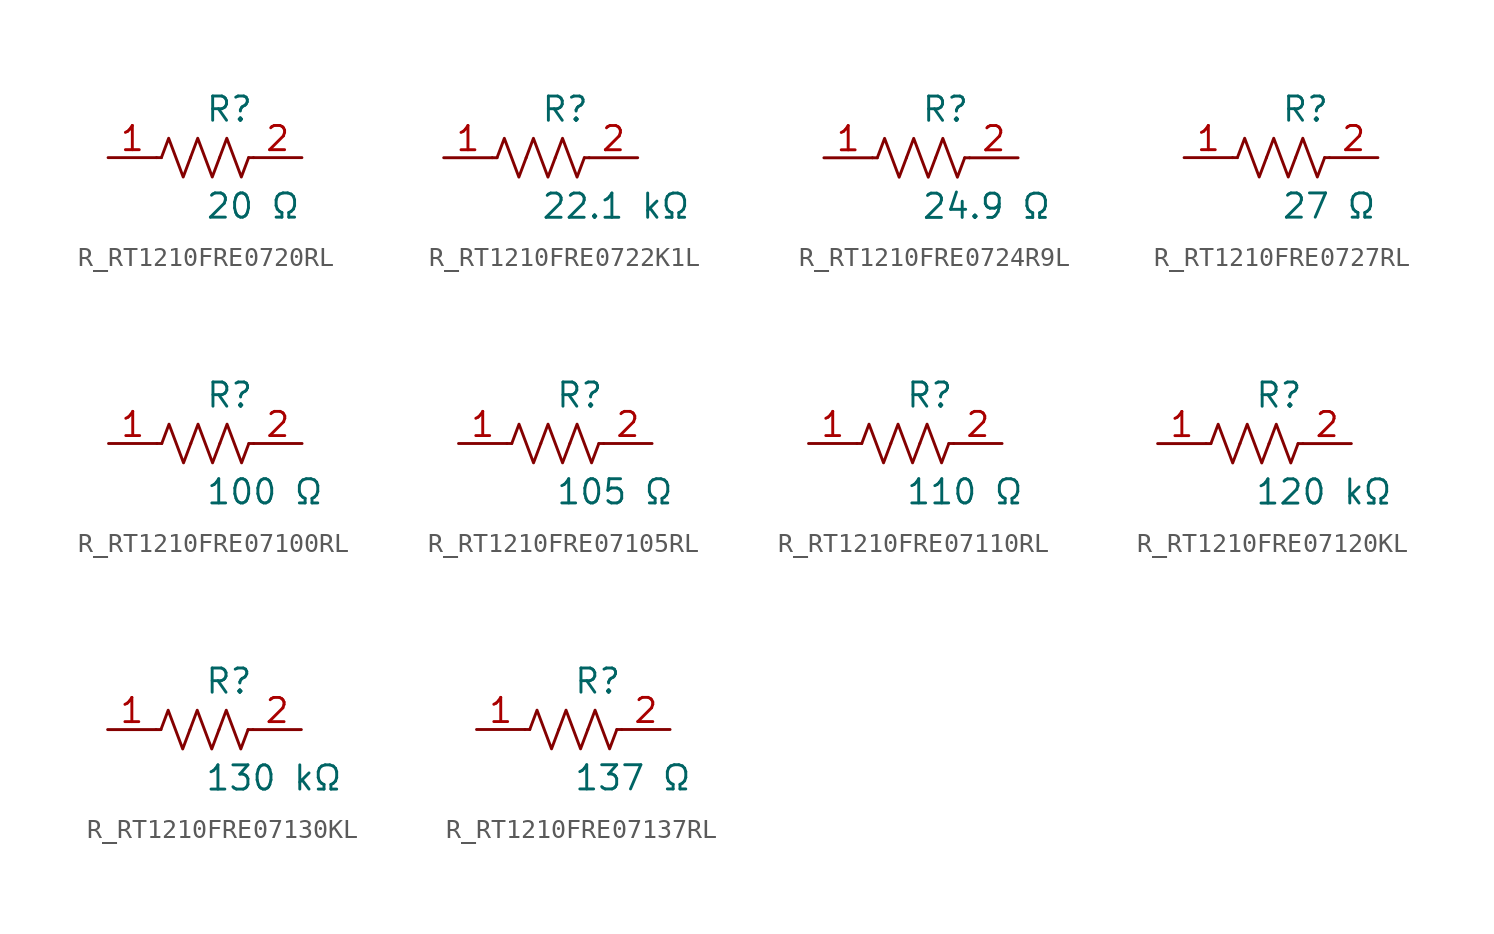
<source format=kicad_sym>
(kicad_symbol_lib
  (version 20231120)
  (generator kicad_symbol_editor)
  (generator_version 8.0)
  (symbol "R_RT1210FRE0720RL"
    (pin_names
      (offset 0.254))
    (property "Reference" "R"
      (at 0 2.54 0)
      (effects (font (size 1.27 1.27)) (justify left)))
    (property "Value" "20 Ω"
      (at 0 -2.54 0)
      (effects (font (size 1.27 1.27)) (justify left)))
    (symbol "R_RT1210FRE0720RL_0_1"
      (polyline (pts (xy 2.286 0) (xy 2.54 0)) (stroke (width 0) (type default)) (fill (type none)))
      (polyline (pts (xy -2.286 0) (xy -2.54 0)) (stroke (width 0) (type default)) (fill (type none)))
      (polyline (pts (xy 0.762 0) (xy 1.143 1.016) (xy 1.524 0) (xy 1.905 -1.016) (xy 2.286 0)) (stroke (width 0) (type default)) (fill (type none)))
      (polyline (pts (xy -0.762 0) (xy -0.381 1.016) (xy 0 0) (xy 0.381 -1.016) (xy 0.762 0)) (stroke (width 0) (type default)) (fill (type none)))
      (polyline (pts (xy -2.286 0) (xy -1.905 1.016) (xy -1.524 0) (xy -1.143 -1.016) (xy -0.762 0)) (stroke (width 0) (type default)) (fill (type none))))
    (pin unspecified line
      (at -5.08 0 0)
      (length 2.54)
      (name "" (effects (font (size 1.27 1.27))))
      (number "1" (effects (font (size 1.27 1.27)))))
    (pin unspecified line
      (at 5.08 0 180)
      (length 2.54)
      (name "" (effects (font (size 1.27 1.27))))
      (number "2" (effects (font (size 1.27 1.27))))))
  (symbol "R_RT1210FRE0722K1L"
    (pin_names
      (offset 0.254))
    (property "Reference" "R"
      (at 0 2.54 0)
      (effects (font (size 1.27 1.27)) (justify left)))
    (property "Value" "22.1 kΩ"
      (at 0 -2.54 0)
      (effects (font (size 1.27 1.27)) (justify left)))
    (symbol "R_RT1210FRE0722K1L_0_1"
      (polyline (pts (xy 2.286 0) (xy 2.54 0)) (stroke (width 0) (type default)) (fill (type none)))
      (polyline (pts (xy -2.286 0) (xy -2.54 0)) (stroke (width 0) (type default)) (fill (type none)))
      (polyline (pts (xy 0.762 0) (xy 1.143 1.016) (xy 1.524 0) (xy 1.905 -1.016) (xy 2.286 0)) (stroke (width 0) (type default)) (fill (type none)))
      (polyline (pts (xy -0.762 0) (xy -0.381 1.016) (xy 0 0) (xy 0.381 -1.016) (xy 0.762 0)) (stroke (width 0) (type default)) (fill (type none)))
      (polyline (pts (xy -2.286 0) (xy -1.905 1.016) (xy -1.524 0) (xy -1.143 -1.016) (xy -0.762 0)) (stroke (width 0) (type default)) (fill (type none))))
    (pin unspecified line
      (at -5.08 0 0)
      (length 2.54)
      (name "" (effects (font (size 1.27 1.27))))
      (number "1" (effects (font (size 1.27 1.27)))))
    (pin unspecified line
      (at 5.08 0 180)
      (length 2.54)
      (name "" (effects (font (size 1.27 1.27))))
      (number "2" (effects (font (size 1.27 1.27))))))
  (symbol "R_RT1210FRE0724R9L"
    (pin_names
      (offset 0.254))
    (property "Reference" "R"
      (at 0 2.54 0)
      (effects (font (size 1.27 1.27)) (justify left)))
    (property "Value" "24.9 Ω"
      (at 0 -2.54 0)
      (effects (font (size 1.27 1.27)) (justify left)))
    (symbol "R_RT1210FRE0724R9L_0_1"
      (polyline (pts (xy 2.286 0) (xy 2.54 0)) (stroke (width 0) (type default)) (fill (type none)))
      (polyline (pts (xy -2.286 0) (xy -2.54 0)) (stroke (width 0) (type default)) (fill (type none)))
      (polyline (pts (xy 0.762 0) (xy 1.143 1.016) (xy 1.524 0) (xy 1.905 -1.016) (xy 2.286 0)) (stroke (width 0) (type default)) (fill (type none)))
      (polyline (pts (xy -0.762 0) (xy -0.381 1.016) (xy 0 0) (xy 0.381 -1.016) (xy 0.762 0)) (stroke (width 0) (type default)) (fill (type none)))
      (polyline (pts (xy -2.286 0) (xy -1.905 1.016) (xy -1.524 0) (xy -1.143 -1.016) (xy -0.762 0)) (stroke (width 0) (type default)) (fill (type none))))
    (pin unspecified line
      (at -5.08 0 0)
      (length 2.54)
      (name "" (effects (font (size 1.27 1.27))))
      (number "1" (effects (font (size 1.27 1.27)))))
    (pin unspecified line
      (at 5.08 0 180)
      (length 2.54)
      (name "" (effects (font (size 1.27 1.27))))
      (number "2" (effects (font (size 1.27 1.27))))))
  (symbol "R_RT1210FRE0727RL"
    (pin_names
      (offset 0.254))
    (property "Reference" "R"
      (at 0 2.54 0)
      (effects (font (size 1.27 1.27)) (justify left)))
    (property "Value" "27 Ω"
      (at 0 -2.54 0)
      (effects (font (size 1.27 1.27)) (justify left)))
    (symbol "R_RT1210FRE0727RL_0_1"
      (polyline (pts (xy 2.286 0) (xy 2.54 0)) (stroke (width 0) (type default)) (fill (type none)))
      (polyline (pts (xy -2.286 0) (xy -2.54 0)) (stroke (width 0) (type default)) (fill (type none)))
      (polyline (pts (xy 0.762 0) (xy 1.143 1.016) (xy 1.524 0) (xy 1.905 -1.016) (xy 2.286 0)) (stroke (width 0) (type default)) (fill (type none)))
      (polyline (pts (xy -0.762 0) (xy -0.381 1.016) (xy 0 0) (xy 0.381 -1.016) (xy 0.762 0)) (stroke (width 0) (type default)) (fill (type none)))
      (polyline (pts (xy -2.286 0) (xy -1.905 1.016) (xy -1.524 0) (xy -1.143 -1.016) (xy -0.762 0)) (stroke (width 0) (type default)) (fill (type none))))
    (pin unspecified line
      (at -5.08 0 0)
      (length 2.54)
      (name "" (effects (font (size 1.27 1.27))))
      (number "1" (effects (font (size 1.27 1.27)))))
    (pin unspecified line
      (at 5.08 0 180)
      (length 2.54)
      (name "" (effects (font (size 1.27 1.27))))
      (number "2" (effects (font (size 1.27 1.27))))))
  (symbol "R_RT1210FRE07100RL"
    (pin_names
      (offset 0.254))
    (property "Reference" "R"
      (at 0 2.54 0)
      (effects (font (size 1.27 1.27)) (justify left)))
    (property "Value" "100 Ω"
      (at 0 -2.54 0)
      (effects (font (size 1.27 1.27)) (justify left)))
    (symbol "R_RT1210FRE07100RL_0_1"
      (polyline (pts (xy 2.286 0) (xy 2.54 0)) (stroke (width 0) (type default)) (fill (type none)))
      (polyline (pts (xy -2.286 0) (xy -2.54 0)) (stroke (width 0) (type default)) (fill (type none)))
      (polyline (pts (xy 0.762 0) (xy 1.143 1.016) (xy 1.524 0) (xy 1.905 -1.016) (xy 2.286 0)) (stroke (width 0) (type default)) (fill (type none)))
      (polyline (pts (xy -0.762 0) (xy -0.381 1.016) (xy 0 0) (xy 0.381 -1.016) (xy 0.762 0)) (stroke (width 0) (type default)) (fill (type none)))
      (polyline (pts (xy -2.286 0) (xy -1.905 1.016) (xy -1.524 0) (xy -1.143 -1.016) (xy -0.762 0)) (stroke (width 0) (type default)) (fill (type none))))
    (pin unspecified line
      (at -5.08 0 0)
      (length 2.54)
      (name "" (effects (font (size 1.27 1.27))))
      (number "1" (effects (font (size 1.27 1.27)))))
    (pin unspecified line
      (at 5.08 0 180)
      (length 2.54)
      (name "" (effects (font (size 1.27 1.27))))
      (number "2" (effects (font (size 1.27 1.27))))))
  (symbol "R_RT1210FRE07105RL"
    (pin_names
      (offset 0.254))
    (property "Reference" "R"
      (at 0 2.54 0)
      (effects (font (size 1.27 1.27)) (justify left)))
    (property "Value" "105 Ω"
      (at 0 -2.54 0)
      (effects (font (size 1.27 1.27)) (justify left)))
    (symbol "R_RT1210FRE07105RL_0_1"
      (polyline (pts (xy 2.286 0) (xy 2.54 0)) (stroke (width 0) (type default)) (fill (type none)))
      (polyline (pts (xy -2.286 0) (xy -2.54 0)) (stroke (width 0) (type default)) (fill (type none)))
      (polyline (pts (xy 0.762 0) (xy 1.143 1.016) (xy 1.524 0) (xy 1.905 -1.016) (xy 2.286 0)) (stroke (width 0) (type default)) (fill (type none)))
      (polyline (pts (xy -0.762 0) (xy -0.381 1.016) (xy 0 0) (xy 0.381 -1.016) (xy 0.762 0)) (stroke (width 0) (type default)) (fill (type none)))
      (polyline (pts (xy -2.286 0) (xy -1.905 1.016) (xy -1.524 0) (xy -1.143 -1.016) (xy -0.762 0)) (stroke (width 0) (type default)) (fill (type none))))
    (pin unspecified line
      (at -5.08 0 0)
      (length 2.54)
      (name "" (effects (font (size 1.27 1.27))))
      (number "1" (effects (font (size 1.27 1.27)))))
    (pin unspecified line
      (at 5.08 0 180)
      (length 2.54)
      (name "" (effects (font (size 1.27 1.27))))
      (number "2" (effects (font (size 1.27 1.27))))))
  (symbol "R_RT1210FRE07110RL"
    (pin_names
      (offset 0.254))
    (property "Reference" "R"
      (at 0 2.54 0)
      (effects (font (size 1.27 1.27)) (justify left)))
    (property "Value" "110 Ω"
      (at 0 -2.54 0)
      (effects (font (size 1.27 1.27)) (justify left)))
    (symbol "R_RT1210FRE07110RL_0_1"
      (polyline (pts (xy 2.286 0) (xy 2.54 0)) (stroke (width 0) (type default)) (fill (type none)))
      (polyline (pts (xy -2.286 0) (xy -2.54 0)) (stroke (width 0) (type default)) (fill (type none)))
      (polyline (pts (xy 0.762 0) (xy 1.143 1.016) (xy 1.524 0) (xy 1.905 -1.016) (xy 2.286 0)) (stroke (width 0) (type default)) (fill (type none)))
      (polyline (pts (xy -0.762 0) (xy -0.381 1.016) (xy 0 0) (xy 0.381 -1.016) (xy 0.762 0)) (stroke (width 0) (type default)) (fill (type none)))
      (polyline (pts (xy -2.286 0) (xy -1.905 1.016) (xy -1.524 0) (xy -1.143 -1.016) (xy -0.762 0)) (stroke (width 0) (type default)) (fill (type none))))
    (pin unspecified line
      (at -5.08 0 0)
      (length 2.54)
      (name "" (effects (font (size 1.27 1.27))))
      (number "1" (effects (font (size 1.27 1.27)))))
    (pin unspecified line
      (at 5.08 0 180)
      (length 2.54)
      (name "" (effects (font (size 1.27 1.27))))
      (number "2" (effects (font (size 1.27 1.27))))))
  (symbol "R_RT1210FRE07120KL"
    (pin_names
      (offset 0.254))
    (property "Reference" "R"
      (at 0 2.54 0)
      (effects (font (size 1.27 1.27)) (justify left)))
    (property "Value" "120 kΩ"
      (at 0 -2.54 0)
      (effects (font (size 1.27 1.27)) (justify left)))
    (symbol "R_RT1210FRE07120KL_0_1"
      (polyline (pts (xy 2.286 0) (xy 2.54 0)) (stroke (width 0) (type default)) (fill (type none)))
      (polyline (pts (xy -2.286 0) (xy -2.54 0)) (stroke (width 0) (type default)) (fill (type none)))
      (polyline (pts (xy 0.762 0) (xy 1.143 1.016) (xy 1.524 0) (xy 1.905 -1.016) (xy 2.286 0)) (stroke (width 0) (type default)) (fill (type none)))
      (polyline (pts (xy -0.762 0) (xy -0.381 1.016) (xy 0 0) (xy 0.381 -1.016) (xy 0.762 0)) (stroke (width 0) (type default)) (fill (type none)))
      (polyline (pts (xy -2.286 0) (xy -1.905 1.016) (xy -1.524 0) (xy -1.143 -1.016) (xy -0.762 0)) (stroke (width 0) (type default)) (fill (type none))))
    (pin unspecified line
      (at -5.08 0 0)
      (length 2.54)
      (name "" (effects (font (size 1.27 1.27))))
      (number "1" (effects (font (size 1.27 1.27)))))
    (pin unspecified line
      (at 5.08 0 180)
      (length 2.54)
      (name "" (effects (font (size 1.27 1.27))))
      (number "2" (effects (font (size 1.27 1.27))))))
  (symbol "R_RT1210FRE07130KL"
    (pin_names
      (offset 0.254))
    (property "Reference" "R"
      (at 0 2.54 0)
      (effects (font (size 1.27 1.27)) (justify left)))
    (property "Value" "130 kΩ"
      (at 0 -2.54 0)
      (effects (font (size 1.27 1.27)) (justify left)))
    (symbol "R_RT1210FRE07130KL_0_1"
      (polyline (pts (xy 2.286 0) (xy 2.54 0)) (stroke (width 0) (type default)) (fill (type none)))
      (polyline (pts (xy -2.286 0) (xy -2.54 0)) (stroke (width 0) (type default)) (fill (type none)))
      (polyline (pts (xy 0.762 0) (xy 1.143 1.016) (xy 1.524 0) (xy 1.905 -1.016) (xy 2.286 0)) (stroke (width 0) (type default)) (fill (type none)))
      (polyline (pts (xy -0.762 0) (xy -0.381 1.016) (xy 0 0) (xy 0.381 -1.016) (xy 0.762 0)) (stroke (width 0) (type default)) (fill (type none)))
      (polyline (pts (xy -2.286 0) (xy -1.905 1.016) (xy -1.524 0) (xy -1.143 -1.016) (xy -0.762 0)) (stroke (width 0) (type default)) (fill (type none))))
    (pin unspecified line
      (at -5.08 0 0)
      (length 2.54)
      (name "" (effects (font (size 1.27 1.27))))
      (number "1" (effects (font (size 1.27 1.27)))))
    (pin unspecified line
      (at 5.08 0 180)
      (length 2.54)
      (name "" (effects (font (size 1.27 1.27))))
      (number "2" (effects (font (size 1.27 1.27))))))
  (symbol "R_RT1210FRE07137RL"
    (pin_names
      (offset 0.254))
    (property "Reference" "R"
      (at 0 2.54 0)
      (effects (font (size 1.27 1.27)) (justify left)))
    (property "Value" "137 Ω"
      (at 0 -2.54 0)
      (effects (font (size 1.27 1.27)) (justify left)))
    (symbol "R_RT1210FRE07137RL_0_1"
      (polyline (pts (xy 2.286 0) (xy 2.54 0)) (stroke (width 0) (type default)) (fill (type none)))
      (polyline (pts (xy -2.286 0) (xy -2.54 0)) (stroke (width 0) (type default)) (fill (type none)))
      (polyline (pts (xy 0.762 0) (xy 1.143 1.016) (xy 1.524 0) (xy 1.905 -1.016) (xy 2.286 0)) (stroke (width 0) (type default)) (fill (type none)))
      (polyline (pts (xy -0.762 0) (xy -0.381 1.016) (xy 0 0) (xy 0.381 -1.016) (xy 0.762 0)) (stroke (width 0) (type default)) (fill (type none)))
      (polyline (pts (xy -2.286 0) (xy -1.905 1.016) (xy -1.524 0) (xy -1.143 -1.016) (xy -0.762 0)) (stroke (width 0) (type default)) (fill (type none))))
    (pin unspecified line
      (at -5.08 0 0)
      (length 2.54)
      (name "" (effects (font (size 1.27 1.27))))
      (number "1" (effects (font (size 1.27 1.27)))))
    (pin unspecified line
      (at 5.08 0 180)
      (length 2.54)
      (name "" (effects (font (size 1.27 1.27))))
      (number "2" (effects (font (size 1.27 1.27)))))))
</source>
